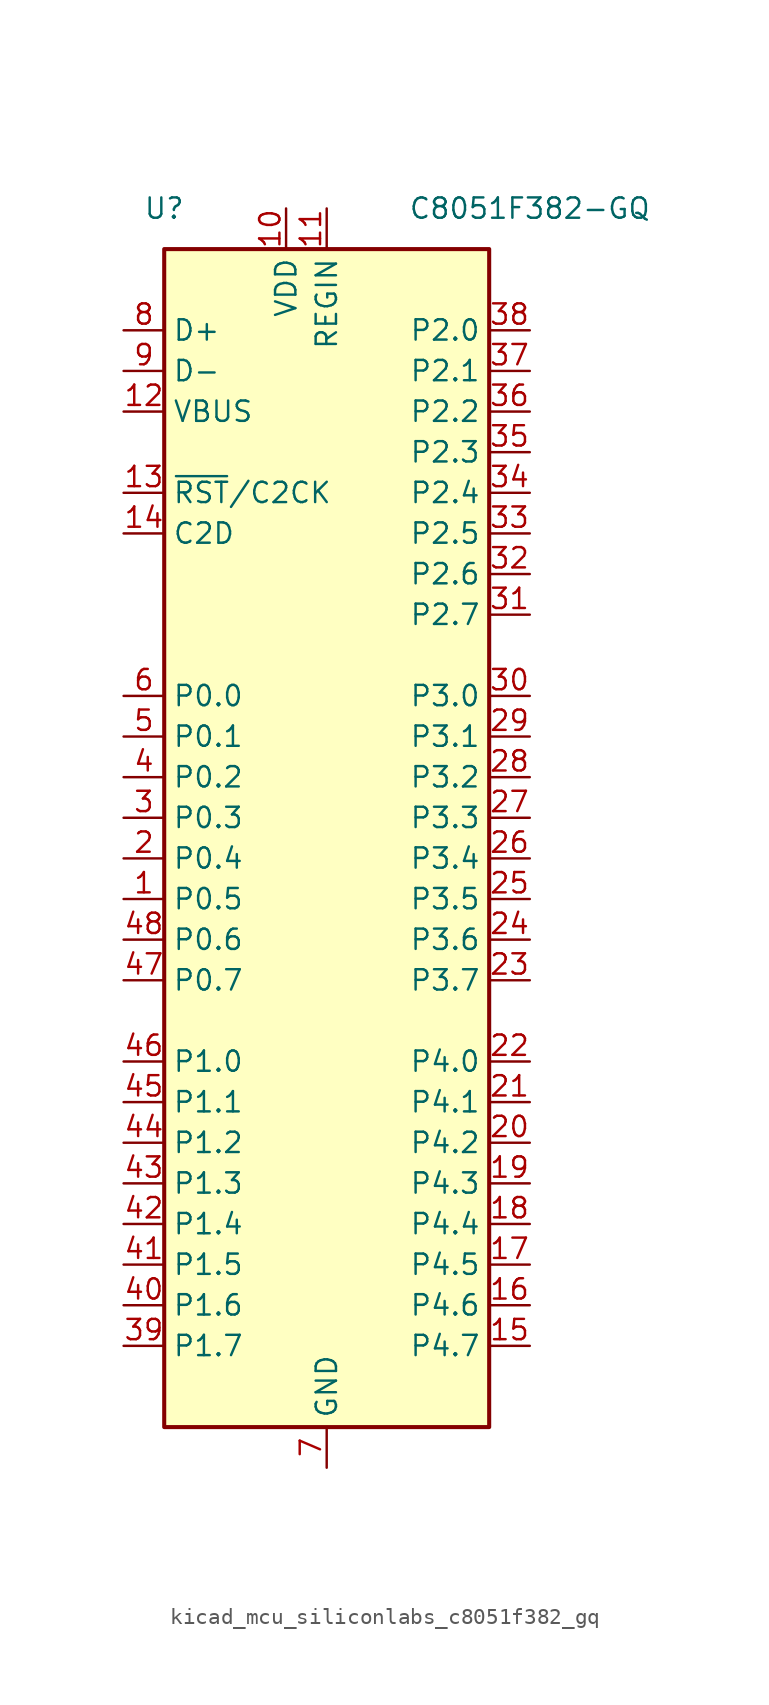
<source format=kicad_sym>
(kicad_symbol_lib
  (version 20220914)
  (generator kicad_symbol_editor)
  (symbol "kicad_mcu_siliconlabs_c8051f382_gq"
    (property "Reference" "U"
      (at -10.16 40.64 0)
      (effects (font (size 1.27 1.27))))
    (property "Value" "C8051F382-GQ"
      (at 12.7 40.64 0)
      (effects (font (size 1.27 1.27))))
    (symbol "kicad_mcu_siliconlabs_c8051f382_gq_0_1"
      (rectangle (start -10.16 38.1) (end 10.16 -35.56) (stroke (width 0.254) (type default)) (fill (type background))))
    (symbol "kicad_mcu_siliconlabs_c8051f382_gq_1_1"
      (pin bidirectional line (at -12.7 -2.54 0) (length 2.54) (name "P0.5" (effects (font (size 1.27 1.27)))) (number "1" (effects (font (size 1.27 1.27)))))
      (pin power_in line (at -2.54 40.64 270) (length 2.54) (name "VDD" (effects (font (size 1.27 1.27)))) (number "10" (effects (font (size 1.27 1.27)))))
      (pin power_in line (at 0 40.64 270) (length 2.54) (name "REGIN" (effects (font (size 1.27 1.27)))) (number "11" (effects (font (size 1.27 1.27)))))
      (pin input line (at -12.7 27.94 0) (length 2.54) (name "VBUS" (effects (font (size 1.27 1.27)))) (number "12" (effects (font (size 1.27 1.27)))))
      (pin input line (at -12.7 22.86 0) (length 2.54) (name "~{RST}/C2CK" (effects (font (size 1.27 1.27)))) (number "13" (effects (font (size 1.27 1.27)))))
      (pin bidirectional line (at -12.7 20.32 0) (length 2.54) (name "C2D" (effects (font (size 1.27 1.27)))) (number "14" (effects (font (size 1.27 1.27)))))
      (pin bidirectional line (at 12.7 -30.48 180) (length 2.54) (name "P4.7" (effects (font (size 1.27 1.27)))) (number "15" (effects (font (size 1.27 1.27)))))
      (pin bidirectional line (at 12.7 -27.94 180) (length 2.54) (name "P4.6" (effects (font (size 1.27 1.27)))) (number "16" (effects (font (size 1.27 1.27)))))
      (pin bidirectional line (at 12.7 -25.4 180) (length 2.54) (name "P4.5" (effects (font (size 1.27 1.27)))) (number "17" (effects (font (size 1.27 1.27)))))
      (pin bidirectional line (at 12.7 -22.86 180) (length 2.54) (name "P4.4" (effects (font (size 1.27 1.27)))) (number "18" (effects (font (size 1.27 1.27)))))
      (pin bidirectional line (at 12.7 -20.32 180) (length 2.54) (name "P4.3" (effects (font (size 1.27 1.27)))) (number "19" (effects (font (size 1.27 1.27)))))
      (pin bidirectional line (at -12.7 0 0) (length 2.54) (name "P0.4" (effects (font (size 1.27 1.27)))) (number "2" (effects (font (size 1.27 1.27)))))
      (pin bidirectional line (at 12.7 -17.78 180) (length 2.54) (name "P4.2" (effects (font (size 1.27 1.27)))) (number "20" (effects (font (size 1.27 1.27)))))
      (pin bidirectional line (at 12.7 -15.24 180) (length 2.54) (name "P4.1" (effects (font (size 1.27 1.27)))) (number "21" (effects (font (size 1.27 1.27)))))
      (pin bidirectional line (at 12.7 -12.7 180) (length 2.54) (name "P4.0" (effects (font (size 1.27 1.27)))) (number "22" (effects (font (size 1.27 1.27)))))
      (pin bidirectional line (at 12.7 -7.62 180) (length 2.54) (name "P3.7" (effects (font (size 1.27 1.27)))) (number "23" (effects (font (size 1.27 1.27)))))
      (pin bidirectional line (at 12.7 -5.08 180) (length 2.54) (name "P3.6" (effects (font (size 1.27 1.27)))) (number "24" (effects (font (size 1.27 1.27)))))
      (pin bidirectional line (at 12.7 -2.54 180) (length 2.54) (name "P3.5" (effects (font (size 1.27 1.27)))) (number "25" (effects (font (size 1.27 1.27)))))
      (pin bidirectional line (at 12.7 0 180) (length 2.54) (name "P3.4" (effects (font (size 1.27 1.27)))) (number "26" (effects (font (size 1.27 1.27)))))
      (pin bidirectional line (at 12.7 2.54 180) (length 2.54) (name "P3.3" (effects (font (size 1.27 1.27)))) (number "27" (effects (font (size 1.27 1.27)))))
      (pin bidirectional line (at 12.7 5.08 180) (length 2.54) (name "P3.2" (effects (font (size 1.27 1.27)))) (number "28" (effects (font (size 1.27 1.27)))))
      (pin bidirectional line (at 12.7 7.62 180) (length 2.54) (name "P3.1" (effects (font (size 1.27 1.27)))) (number "29" (effects (font (size 1.27 1.27)))))
      (pin bidirectional line (at -12.7 2.54 0) (length 2.54) (name "P0.3" (effects (font (size 1.27 1.27)))) (number "3" (effects (font (size 1.27 1.27)))))
      (pin bidirectional line (at 12.7 10.16 180) (length 2.54) (name "P3.0" (effects (font (size 1.27 1.27)))) (number "30" (effects (font (size 1.27 1.27)))))
      (pin bidirectional line (at 12.7 15.24 180) (length 2.54) (name "P2.7" (effects (font (size 1.27 1.27)))) (number "31" (effects (font (size 1.27 1.27)))))
      (pin bidirectional line (at 12.7 17.78 180) (length 2.54) (name "P2.6" (effects (font (size 1.27 1.27)))) (number "32" (effects (font (size 1.27 1.27)))))
      (pin bidirectional line (at 12.7 20.32 180) (length 2.54) (name "P2.5" (effects (font (size 1.27 1.27)))) (number "33" (effects (font (size 1.27 1.27)))))
      (pin bidirectional line (at 12.7 22.86 180) (length 2.54) (name "P2.4" (effects (font (size 1.27 1.27)))) (number "34" (effects (font (size 1.27 1.27)))))
      (pin bidirectional line (at 12.7 25.4 180) (length 2.54) (name "P2.3" (effects (font (size 1.27 1.27)))) (number "35" (effects (font (size 1.27 1.27)))))
      (pin bidirectional line (at 12.7 27.94 180) (length 2.54) (name "P2.2" (effects (font (size 1.27 1.27)))) (number "36" (effects (font (size 1.27 1.27)))))
      (pin bidirectional line (at 12.7 30.48 180) (length 2.54) (name "P2.1" (effects (font (size 1.27 1.27)))) (number "37" (effects (font (size 1.27 1.27)))))
      (pin bidirectional line (at 12.7 33.02 180) (length 2.54) (name "P2.0" (effects (font (size 1.27 1.27)))) (number "38" (effects (font (size 1.27 1.27)))))
      (pin bidirectional line (at -12.7 -30.48 0) (length 2.54) (name "P1.7" (effects (font (size 1.27 1.27)))) (number "39" (effects (font (size 1.27 1.27)))))
      (pin bidirectional line (at -12.7 5.08 0) (length 2.54) (name "P0.2" (effects (font (size 1.27 1.27)))) (number "4" (effects (font (size 1.27 1.27)))))
      (pin bidirectional line (at -12.7 -27.94 0) (length 2.54) (name "P1.6" (effects (font (size 1.27 1.27)))) (number "40" (effects (font (size 1.27 1.27)))))
      (pin bidirectional line (at -12.7 -25.4 0) (length 2.54) (name "P1.5" (effects (font (size 1.27 1.27)))) (number "41" (effects (font (size 1.27 1.27)))))
      (pin bidirectional line (at -12.7 -22.86 0) (length 2.54) (name "P1.4" (effects (font (size 1.27 1.27)))) (number "42" (effects (font (size 1.27 1.27)))))
      (pin bidirectional line (at -12.7 -20.32 0) (length 2.54) (name "P1.3" (effects (font (size 1.27 1.27)))) (number "43" (effects (font (size 1.27 1.27)))))
      (pin bidirectional line (at -12.7 -17.78 0) (length 2.54) (name "P1.2" (effects (font (size 1.27 1.27)))) (number "44" (effects (font (size 1.27 1.27)))))
      (pin bidirectional line (at -12.7 -15.24 0) (length 2.54) (name "P1.1" (effects (font (size 1.27 1.27)))) (number "45" (effects (font (size 1.27 1.27)))))
      (pin bidirectional line (at -12.7 -12.7 0) (length 2.54) (name "P1.0" (effects (font (size 1.27 1.27)))) (number "46" (effects (font (size 1.27 1.27)))))
      (pin bidirectional line (at -12.7 -7.62 0) (length 2.54) (name "P0.7" (effects (font (size 1.27 1.27)))) (number "47" (effects (font (size 1.27 1.27)))))
      (pin bidirectional line (at -12.7 -5.08 0) (length 2.54) (name "P0.6" (effects (font (size 1.27 1.27)))) (number "48" (effects (font (size 1.27 1.27)))))
      (pin bidirectional line (at -12.7 7.62 0) (length 2.54) (name "P0.1" (effects (font (size 1.27 1.27)))) (number "5" (effects (font (size 1.27 1.27)))))
      (pin bidirectional line (at -12.7 10.16 0) (length 2.54) (name "P0.0" (effects (font (size 1.27 1.27)))) (number "6" (effects (font (size 1.27 1.27)))))
      (pin power_in line (at 0 -38.1 90) (length 2.54) (name "GND" (effects (font (size 1.27 1.27)))) (number "7" (effects (font (size 1.27 1.27)))))
      (pin bidirectional line (at -12.7 33.02 0) (length 2.54) (name "D+" (effects (font (size 1.27 1.27)))) (number "8" (effects (font (size 1.27 1.27)))))
      (pin bidirectional line (at -12.7 30.48 0) (length 2.54) (name "D-" (effects (font (size 1.27 1.27)))) (number "9" (effects (font (size 1.27 1.27))))))))
</source>
